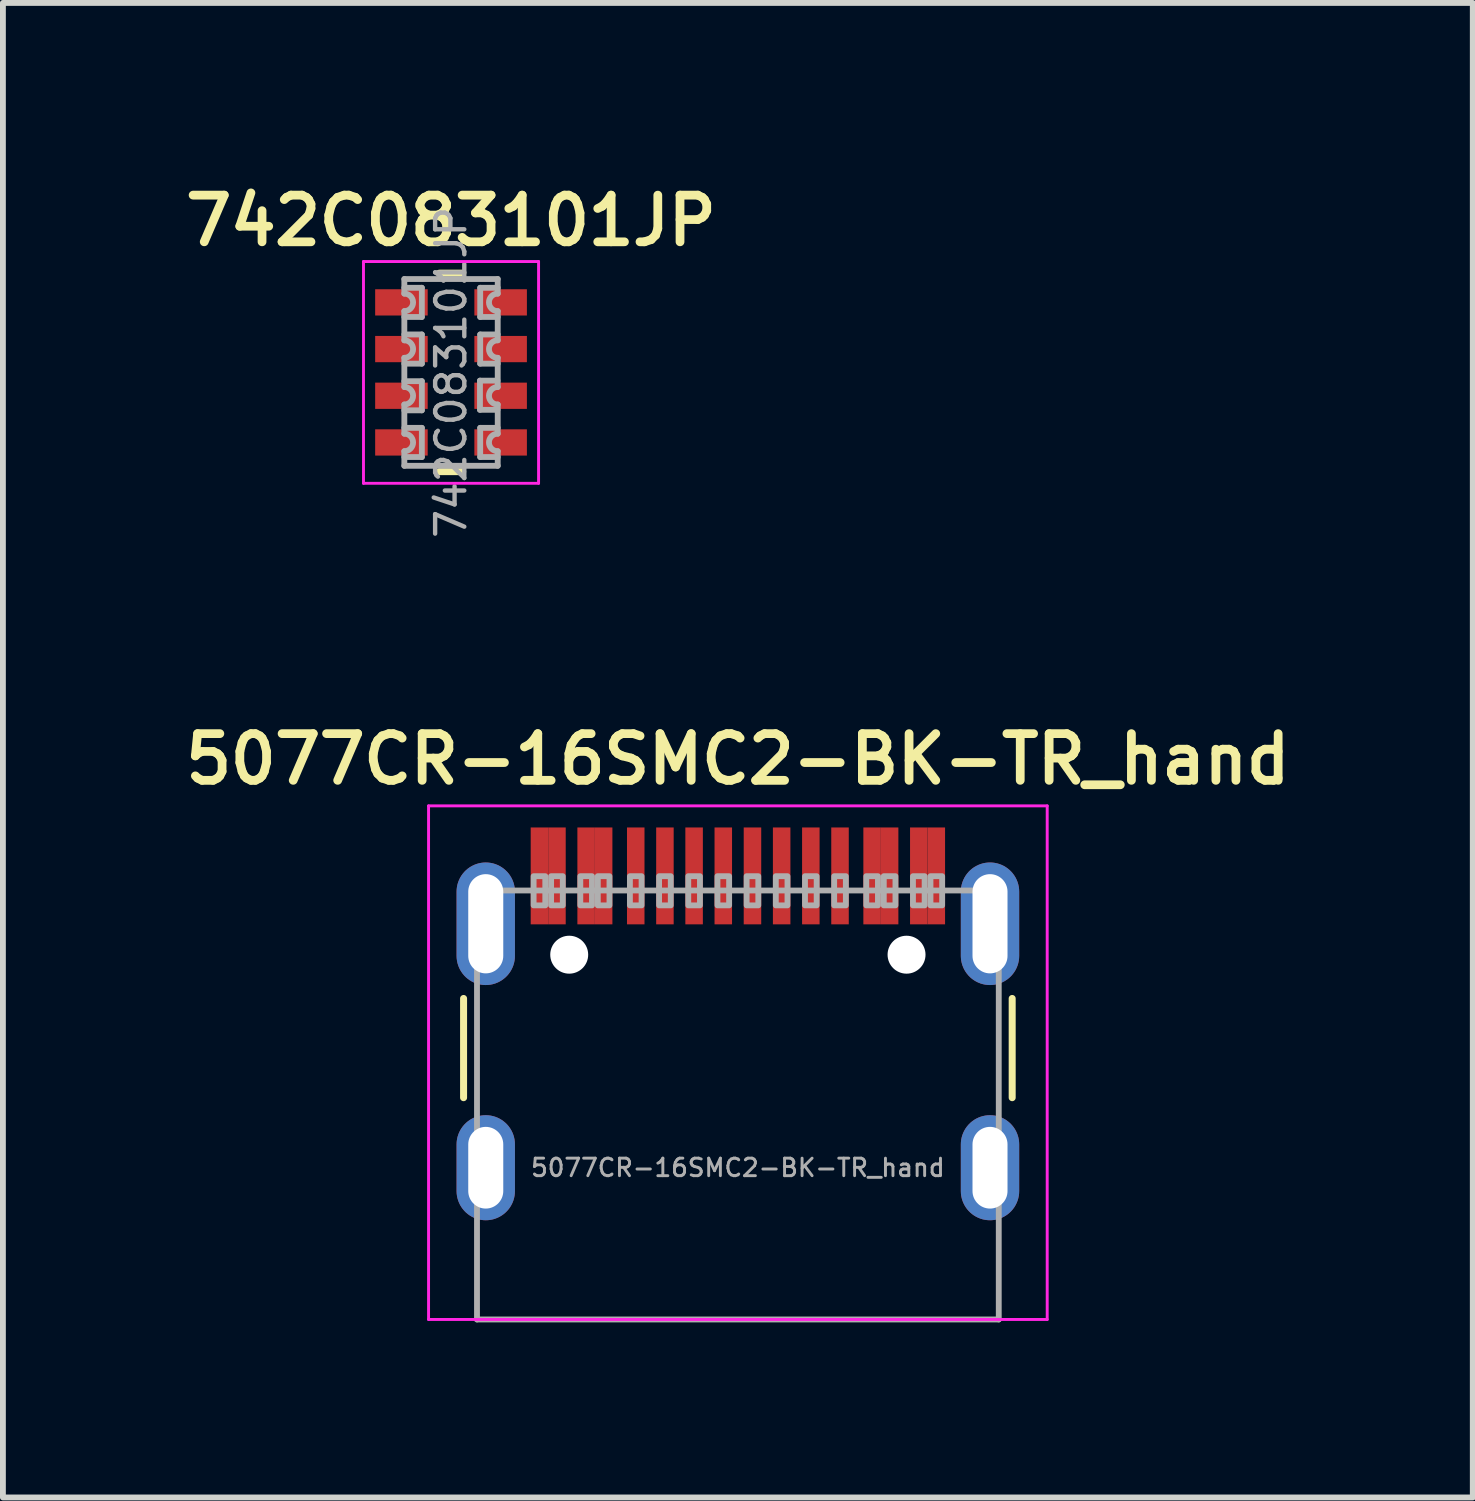
<source format=kicad_pcb>
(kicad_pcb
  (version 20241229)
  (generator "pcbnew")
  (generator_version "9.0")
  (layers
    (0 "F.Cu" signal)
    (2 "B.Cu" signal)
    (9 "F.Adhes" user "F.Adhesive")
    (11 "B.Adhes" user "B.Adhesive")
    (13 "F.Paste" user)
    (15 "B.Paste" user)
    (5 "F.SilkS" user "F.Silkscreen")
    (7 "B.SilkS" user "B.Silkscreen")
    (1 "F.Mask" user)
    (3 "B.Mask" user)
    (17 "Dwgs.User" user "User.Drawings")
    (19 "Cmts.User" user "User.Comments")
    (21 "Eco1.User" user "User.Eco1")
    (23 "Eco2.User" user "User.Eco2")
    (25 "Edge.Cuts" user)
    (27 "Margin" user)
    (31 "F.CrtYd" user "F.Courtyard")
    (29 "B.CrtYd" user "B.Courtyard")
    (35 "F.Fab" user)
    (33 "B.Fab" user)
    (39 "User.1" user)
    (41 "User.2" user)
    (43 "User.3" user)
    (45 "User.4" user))
  (footprint "742C083101JP"
    (layer "F.Cu")
    (at 4.678 3.331)
    (property "Reference" "742C083101JP" (at 0 -2.6 0) (layer "F.SilkS") (effects (font (size 0.8 0.8) (thickness 0.15))))
    (attr smd)
    (fp_line (start 0.2 -1.7) (end -0.2 -1.7) (stroke (width 0.12) (type solid)) (layer "F.SilkS"))
    (fp_line (start 0.2 1.7) (end -0.2 1.7) (stroke (width 0.12) (type solid)) (layer "F.SilkS"))
    (fp_line (start -1.5 -1.9) (end -1.5 1.9) (stroke (width 0.05) (type solid)) (layer "F.CrtYd"))
    (fp_line (start -1.5 -1.9) (end 1.5 -1.9) (stroke (width 0.05) (type solid)) (layer "F.CrtYd"))
    (fp_line (start 1.5 1.9) (end -1.5 1.9) (stroke (width 0.05) (type solid)) (layer "F.CrtYd"))
    (fp_line (start 1.5 1.9) (end 1.5 -1.9) (stroke (width 0.05) (type solid)) (layer "F.CrtYd"))
    (fp_line (start -0.8 -1.6) (end -0.8 -1.35) (stroke (width 0.1) (type solid)) (layer "F.Fab"))
    (fp_line (start -0.8 -1.6) (end 0.8 -1.6) (stroke (width 0.1) (type solid)) (layer "F.Fab"))
    (fp_line (start -0.8 -1.45) (end -0.5 -1.45) (stroke (width 0.1) (type solid)) (layer "F.Fab"))
    (fp_line (start -0.8 -1.05) (end -0.8 -0.55) (stroke (width 0.1) (type solid)) (layer "F.Fab"))
    (fp_line (start -0.8 -0.95) (end -0.5 -0.95) (stroke (width 0.1) (type solid)) (layer "F.Fab"))
    (fp_line (start -0.8 -0.65) (end -0.5 -0.65) (stroke (width 0.1) (type solid)) (layer "F.Fab"))
    (fp_line (start -0.8 -0.25) (end -0.8 0.25) (stroke (width 0.1) (type solid)) (layer "F.Fab"))
    (fp_line (start -0.8 -0.15) (end -0.5 -0.15) (stroke (width 0.1) (type solid)) (layer "F.Fab"))
    (fp_line (start -0.8 0.15) (end -0.5 0.15) (stroke (width 0.1) (type solid)) (layer "F.Fab"))
    (fp_line (start -0.8 0.55) (end -0.8 1.05) (stroke (width 0.1) (type solid)) (layer "F.Fab"))
    (fp_line (start -0.8 0.65) (end -0.5 0.65) (stroke (width 0.1) (type solid)) (layer "F.Fab"))
    (fp_line (start -0.8 0.95) (end -0.5 0.95) (stroke (width 0.1) (type solid)) (layer "F.Fab"))
    (fp_line (start -0.8 1.35) (end -0.8 1.6) (stroke (width 0.1) (type solid)) (layer "F.Fab"))
    (fp_line (start -0.8 1.45) (end -0.5 1.45) (stroke (width 0.1) (type solid)) (layer "F.Fab"))
    (fp_line (start -0.5 -0.95) (end -0.5 -1.45) (stroke (width 0.1) (type solid)) (layer "F.Fab"))
    (fp_line (start -0.5 -0.15) (end -0.5 -0.65) (stroke (width 0.1) (type solid)) (layer "F.Fab"))
    (fp_line (start -0.5 0.65) (end -0.5 0.15) (stroke (width 0.1) (type solid)) (layer "F.Fab"))
    (fp_line (start -0.5 1.45) (end -0.5 0.95) (stroke (width 0.1) (type solid)) (layer "F.Fab"))
    (fp_line (start 0.496 0.141) (end 0.496 0.641) (stroke (width 0.1) (type solid)) (layer "F.Fab"))
    (fp_line (start 0.5 -1.45) (end 0.5 -0.95) (stroke (width 0.1) (type solid)) (layer "F.Fab"))
    (fp_line (start 0.5 -0.65) (end 0.5 -0.15) (stroke (width 0.1) (type solid)) (layer "F.Fab"))
    (fp_line (start 0.5 0.95) (end 0.5 1.45) (stroke (width 0.1) (type solid)) (layer "F.Fab"))
    (fp_line (start 0.796 0.141) (end 0.496 0.141) (stroke (width 0.1) (type solid)) (layer "F.Fab"))
    (fp_line (start 0.796 0.641) (end 0.496 0.641) (stroke (width 0.1) (type solid)) (layer "F.Fab"))
    (fp_line (start 0.8 -1.6) (end 0.8 -1.35) (stroke (width 0.1) (type solid)) (layer "F.Fab"))
    (fp_line (start 0.8 -1.45) (end 0.5 -1.45) (stroke (width 0.1) (type solid)) (layer "F.Fab"))
    (fp_line (start 0.8 -1.05) (end 0.8 -0.55) (stroke (width 0.1) (type solid)) (layer "F.Fab"))
    (fp_line (start 0.8 -0.95) (end 0.5 -0.95) (stroke (width 0.1) (type solid)) (layer "F.Fab"))
    (fp_line (start 0.8 -0.65) (end 0.5 -0.65) (stroke (width 0.1) (type solid)) (layer "F.Fab"))
    (fp_line (start 0.8 -0.25) (end 0.8 0.25) (stroke (width 0.1) (type solid)) (layer "F.Fab"))
    (fp_line (start 0.8 -0.15) (end 0.5 -0.15) (stroke (width 0.1) (type solid)) (layer "F.Fab"))
    (fp_line (start 0.8 0.55) (end 0.8 1.05) (stroke (width 0.1) (type solid)) (layer "F.Fab"))
    (fp_line (start 0.8 0.95) (end 0.5 0.95) (stroke (width 0.1) (type solid)) (layer "F.Fab"))
    (fp_line (start 0.8 1.35) (end 0.8 1.6) (stroke (width 0.1) (type solid)) (layer "F.Fab"))
    (fp_line (start 0.8 1.45) (end 0.5 1.45) (stroke (width 0.1) (type solid)) (layer "F.Fab"))
    (fp_line (start 0.8 1.6) (end -0.8 1.6) (stroke (width 0.1) (type solid)) (layer "F.Fab"))
    (fp_arc (start -0.8 -1.35) (mid -0.65 -1.2) (end -0.8 -1.05) (stroke (width 0.1) (type solid)) (layer "F.Fab"))
    (fp_arc (start -0.8 -0.55) (mid -0.65 -0.4) (end -0.8 -0.25) (stroke (width 0.1) (type solid)) (layer "F.Fab"))
    (fp_arc (start -0.8 0.25) (mid -0.65 0.4) (end -0.8 0.55) (stroke (width 0.1) (type solid)) (layer "F.Fab"))
    (fp_arc (start -0.8 1.05) (mid -0.65 1.2) (end -0.8 1.35) (stroke (width 0.1) (type solid)) (layer "F.Fab"))
    (fp_arc (start 0.8 -1.05) (mid 0.65 -1.2) (end 0.8 -1.35) (stroke (width 0.1) (type solid)) (layer "F.Fab"))
    (fp_arc (start 0.8 -0.25) (mid 0.65 -0.4) (end 0.8 -0.55) (stroke (width 0.1) (type solid)) (layer "F.Fab"))
    (fp_arc (start 0.8 0.55) (mid 0.65 0.4) (end 0.8 0.25) (stroke (width 0.1) (type solid)) (layer "F.Fab"))
    (fp_arc (start 0.8 1.35) (mid 0.65 1.2) (end 0.8 1.05) (stroke (width 0.1) (type solid)) (layer "F.Fab"))
    (fp_text user "${REFERENCE}" (at 0 0 90) (layer "F.Fab") (effects (font (size 0.5 0.5) (thickness 0.075))))
    (pad "1" smd rect (at -0.85 -1.2) (size 0.9 0.45) (layers "F.Cu" "F.Mask" "B.Adhes" "F.Paste"))
    (pad "2" smd rect (at -0.85 -0.4) (size 0.9 0.45) (layers "F.Cu" "F.Mask" "F.Paste"))
    (pad "3" smd rect (at -0.85 0.4) (size 0.9 0.45) (layers "F.Cu" "F.Mask" "F.Paste"))
    (pad "4" smd rect (at -0.85 1.2) (size 0.9 0.45) (layers "F.Cu" "F.Mask" "F.Paste"))
    (pad "5" smd rect (at 0.85 1.2) (size 0.9 0.45) (layers "F.Cu" "F.Mask" "F.Paste"))
    (pad "6" smd rect (at 0.85 0.4) (size 0.9 0.45) (layers "F.Cu" "F.Mask" "F.Paste"))
    (pad "7" smd rect (at 0.85 -0.4) (size 0.9 0.45) (layers "F.Cu" "F.Mask" "F.Paste"))
    (pad "8" smd rect (at 0.85 -1.2) (size 0.9 0.45) (layers "F.Cu" "F.Mask" "F.Paste")))
  (footprint "5077CR-16SMC2-BK-TR_hand"
    (layer "F.Cu")
    (at 9.593 16.958)
    (property "Reference" "5077CR-16SMC2-BK-TR_hand" (at 0 -7 0) (layer "F.SilkS") (effects (font (size 0.8 0.8) (thickness 0.15))))
    (attr through_hole)
    (fp_line (start -4.7 -2.9) (end -4.7 -1.2) (stroke (width 0.12) (type solid)) (layer "F.SilkS"))
    (fp_line (start 4.7 -2.9) (end 4.7 -1.2) (stroke (width 0.12) (type solid)) (layer "F.SilkS"))
    (fp_line (start -5.3 -6.2) (end -5.3 2.6) (stroke (width 0.05) (type solid)) (layer "F.CrtYd"))
    (fp_line (start -5.3 -6.2) (end 5.3 -6.2) (stroke (width 0.05) (type solid)) (layer "F.CrtYd"))
    (fp_line (start -5.3 2.6) (end 5.3 2.6) (stroke (width 0.05) (type solid)) (layer "F.CrtYd"))
    (fp_line (start 5.3 -6.2) (end 5.3 2.6) (stroke (width 0.05) (type solid)) (layer "F.CrtYd"))
    (fp_line (start -4.47 -4.75) (end -4.47 2.6) (stroke (width 0.1) (type solid)) (layer "F.Fab"))
    (fp_line (start -4.47 -4.75) (end 4.47 -4.75) (stroke (width 0.1) (type solid)) (layer "F.Fab"))
    (fp_line (start -4.47 2.6) (end 4.47 2.6) (stroke (width 0.1) (type solid)) (layer "F.Fab"))
    (fp_line (start 4.47 -4.75) (end 4.47 2.6) (stroke (width 0.1) (type solid)) (layer "F.Fab"))
    (fp_rect (start -3.5 -4.995) (end -3.3 -4.495) (stroke (width 0.1) (type solid)) (fill no) (layer "F.Fab"))
    (fp_rect (start -3.2 -4.995) (end -3 -4.495) (stroke (width 0.1) (type solid)) (fill no) (layer "F.Fab"))
    (fp_rect (start -2.7 -4.995) (end -2.5 -4.495) (stroke (width 0.1) (type solid)) (fill no) (layer "F.Fab"))
    (fp_rect (start -2.4 -4.995) (end -2.2 -4.495) (stroke (width 0.1) (type solid)) (fill no) (layer "F.Fab"))
    (fp_rect (start -1.85 -4.995) (end -1.65 -4.495) (stroke (width 0.1) (type solid)) (fill no) (layer "F.Fab"))
    (fp_rect (start -1.35 -4.995) (end -1.15 -4.495) (stroke (width 0.1) (type solid)) (fill no) (layer "F.Fab"))
    (fp_rect (start -0.85 -4.995) (end -0.65 -4.495) (stroke (width 0.1) (type solid)) (fill no) (layer "F.Fab"))
    (fp_rect (start -0.35 -4.995) (end -0.15 -4.495) (stroke (width 0.1) (type solid)) (fill no) (layer "F.Fab"))
    (fp_rect (start 0.15 -4.995) (end 0.35 -4.495) (stroke (width 0.1) (type solid)) (fill no) (layer "F.Fab"))
    (fp_rect (start 0.65 -4.995) (end 0.85 -4.495) (stroke (width 0.1) (type solid)) (fill no) (layer "F.Fab"))
    (fp_rect (start 1.15 -4.995) (end 1.35 -4.495) (stroke (width 0.1) (type solid)) (fill no) (layer "F.Fab"))
    (fp_rect (start 1.65 -4.995) (end 1.85 -4.495) (stroke (width 0.1) (type solid)) (fill no) (layer "F.Fab"))
    (fp_rect (start 2.2 -4.995) (end 2.4 -4.495) (stroke (width 0.1) (type solid)) (fill no) (layer "F.Fab"))
    (fp_rect (start 2.5 -4.995) (end 2.7 -4.495) (stroke (width 0.1) (type solid)) (fill no) (layer "F.Fab"))
    (fp_rect (start 3 -4.995) (end 3.2 -4.495) (stroke (width 0.1) (type solid)) (fill no) (layer "F.Fab"))
    (fp_rect (start 3.3 -4.995) (end 3.5 -4.495) (stroke (width 0.1) (type solid)) (fill no) (layer "F.Fab"))
    (fp_text user "${REFERENCE}" (at 0 0 0) (layer "F.Fab") (effects (font (size 0.3 0.3) (thickness 0.05))))
    (pad "" np_thru_hole circle (at -2.89 -3.65) (size 0.65 0.65) (drill 0.65) (layers "*.Cu" "*.Mask"))
    (pad "" np_thru_hole circle (at 2.89 -3.65) (size 0.65 0.65) (drill 0.65) (layers "*.Cu" "*.Mask"))
    (pad "A1" smd rect (at -3.4 -5) (size 0.3 1.66) (layers "F.Cu" "F.Mask" "F.Paste"))
    (pad "A4" smd rect (at -2.6 -5) (size 0.3 1.66) (layers "F.Cu" "F.Mask" "F.Paste"))
    (pad "A5" smd rect (at -1.25 -5) (size 0.3 1.66) (layers "F.Cu" "F.Mask" "F.Paste"))
    (pad "A6" smd rect (at -0.25 -5) (size 0.3 1.66) (layers "F.Cu" "F.Mask" "F.Paste"))
    (pad "A7" smd rect (at 0.25 -5) (size 0.3 1.66) (layers "F.Cu" "F.Mask" "F.Paste"))
    (pad "A8" smd rect (at 1.25 -5) (size 0.3 1.66) (layers "F.Cu" "F.Mask" "F.Paste"))
    (pad "A9" smd rect (at 2.6 -5) (size 0.3 1.66) (layers "F.Cu" "F.Mask" "F.Paste"))
    (pad "A12" smd rect (at 3.4 -5) (size 0.3 1.66) (layers "F.Cu" "F.Mask" "F.Paste"))
    (pad "B1" smd rect (at 3.1 -5) (size 0.3 1.66) (layers "F.Cu" "F.Mask" "F.Paste"))
    (pad "B4" smd rect (at 2.3 -5) (size 0.3 1.66) (layers "F.Cu" "F.Mask" "F.Paste"))
    (pad "B5" smd rect (at 1.75 -5) (size 0.3 1.66) (layers "F.Cu" "F.Mask" "F.Paste"))
    (pad "B6" smd rect (at 0.75 -5) (size 0.3 1.66) (layers "F.Cu" "F.Mask" "F.Paste"))
    (pad "B7" smd rect (at -0.75 -5) (size 0.3 1.66) (layers "F.Cu" "F.Mask" "F.Paste"))
    (pad "B8" smd rect (at -1.75 -5) (size 0.3 1.66) (layers "F.Cu" "F.Mask" "F.Paste"))
    (pad "B9" smd rect (at -2.3 -5) (size 0.3 1.66) (layers "F.Cu" "F.Mask" "F.Paste"))
    (pad "B12" smd rect (at -3.1 -5) (size 0.3 1.66) (layers "F.Cu" "F.Mask" "F.Paste"))
    (pad "SHD" thru_hole oval (at -4.32 -4.18) (size 1 2.1) (drill oval 0.6 1.7) (layers "*.Cu" "*.Mask"))
    (pad "SHD" thru_hole oval (at -4.32 0) (size 1 1.8) (drill oval 0.6 1.4) (layers "*.Cu" "*.Mask"))
    (pad "SHD" thru_hole oval (at 4.32 -4.18) (size 1 2.1) (drill oval 0.6 1.7) (layers "*.Cu" "*.Mask"))
    (pad "SHD" thru_hole oval (at 4.32 0) (size 1 1.8) (drill oval 0.6 1.4) (layers "*.Cu" "*.Mask")))
  (gr_rect
    (start -3 -3)
    (end 22.185 22.608)
    (stroke (width 0.1) (type default))
    (fill no)
    (layer "Edge.Cuts")))
</source>
